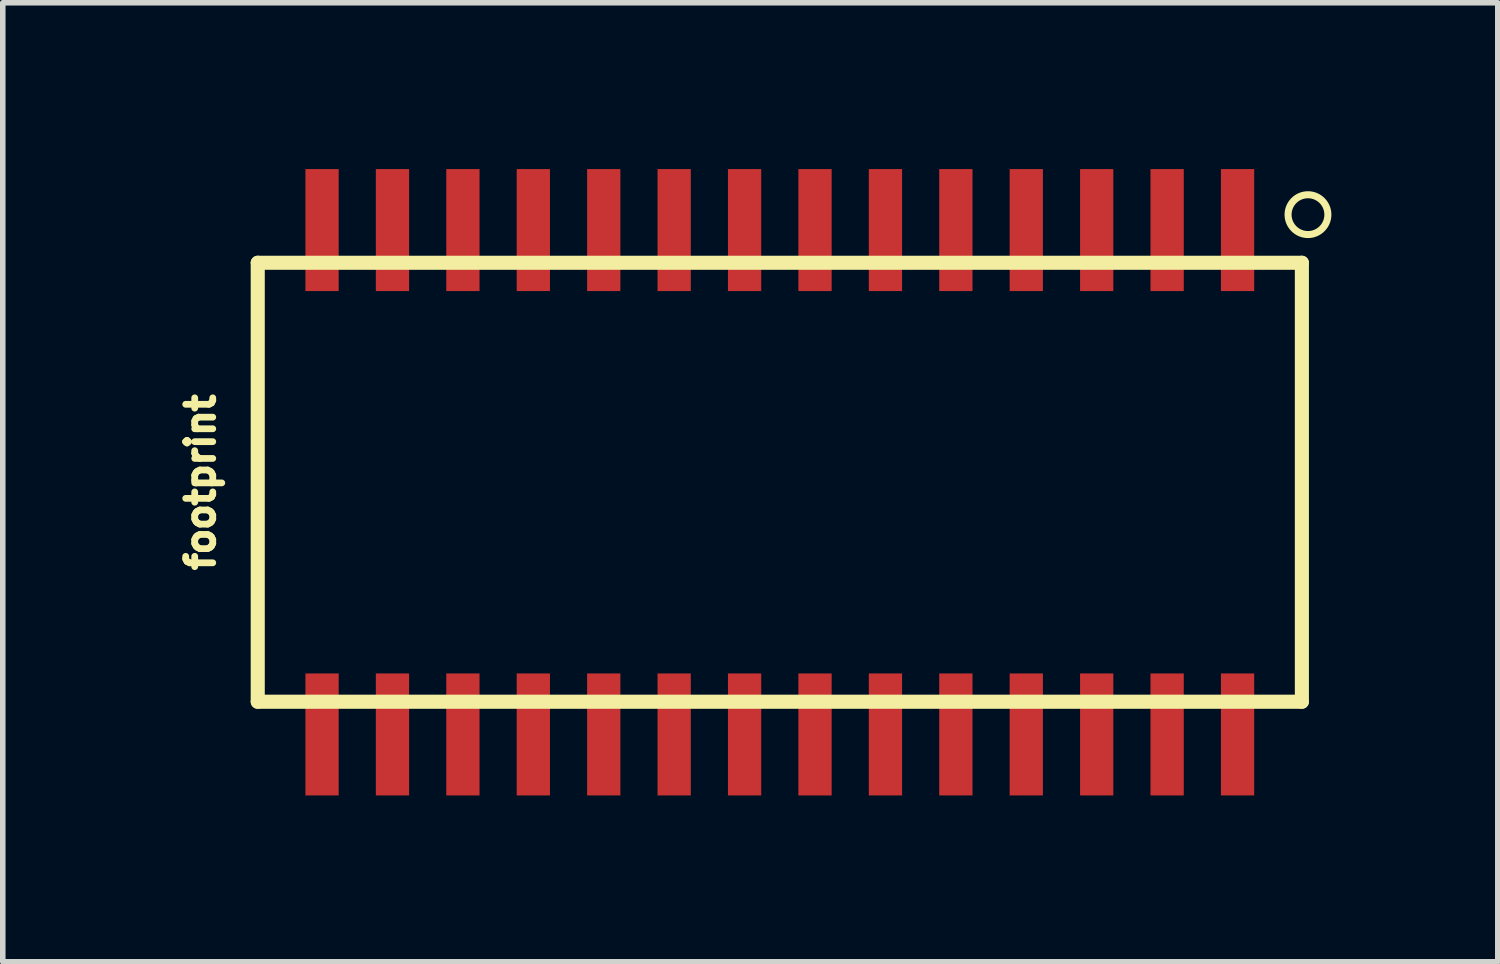
<source format=kicad_pcb>
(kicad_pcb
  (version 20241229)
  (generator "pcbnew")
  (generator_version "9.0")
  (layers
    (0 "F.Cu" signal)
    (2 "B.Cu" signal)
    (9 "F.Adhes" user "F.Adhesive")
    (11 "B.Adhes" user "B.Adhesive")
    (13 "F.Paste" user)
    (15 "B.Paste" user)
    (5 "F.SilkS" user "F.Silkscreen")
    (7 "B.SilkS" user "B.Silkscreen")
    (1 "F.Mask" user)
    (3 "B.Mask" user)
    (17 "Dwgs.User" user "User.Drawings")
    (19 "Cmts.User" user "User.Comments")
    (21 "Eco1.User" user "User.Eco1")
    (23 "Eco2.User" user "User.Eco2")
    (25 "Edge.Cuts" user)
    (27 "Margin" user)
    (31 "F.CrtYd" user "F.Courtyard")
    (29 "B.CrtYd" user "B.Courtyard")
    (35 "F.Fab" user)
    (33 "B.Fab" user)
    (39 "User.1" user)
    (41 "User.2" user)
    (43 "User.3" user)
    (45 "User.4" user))
  (footprint "footprint"
    (layer "F.Cu")
    (at 10.378 5.647)
    (property "Reference" "footprint" (at -9.525 0 90) (layer "F.SilkS") (effects (font (size 0.488 0.488) (thickness 0.122)) (justify bottom)))
    (fp_line (start -8.78 -3.958) (end 10.05 -3.958) (stroke (width 0.254) (type solid)) (layer "F.SilkS"))
    (fp_line (start -8.78 3.958) (end -8.78 -3.958) (stroke (width 0.254) (type solid)) (layer "F.SilkS"))
    (fp_line (start 10.05 -3.958) (end 10.05 3.958) (stroke (width 0.254) (type solid)) (layer "F.SilkS"))
    (fp_line (start 10.05 3.958) (end -8.78 3.958) (stroke (width 0.254) (type solid)) (layer "F.SilkS"))
    (fp_circle (center 10.16 -4.826) (end 10.519 -4.826) (stroke (width 0.127) (type solid)) (fill no) (layer "F.SilkS"))
    (pad "1" smd rect (at 8.89 -4.548) (size 0.6 2.2) (layers "F.Cu" "F.Mask" "F.Paste"))
    (pad "2" smd rect (at 7.62 -4.548) (size 0.6 2.2) (layers "F.Cu" "F.Mask" "F.Paste"))
    (pad "3" smd rect (at 6.35 -4.548) (size 0.6 2.2) (layers "F.Cu" "F.Mask" "F.Paste"))
    (pad "4" smd rect (at 5.08 -4.548) (size 0.6 2.2) (layers "F.Cu" "F.Mask" "F.Paste"))
    (pad "5" smd rect (at 3.81 -4.548) (size 0.6 2.2) (layers "F.Cu" "F.Mask" "F.Paste"))
    (pad "6" smd rect (at 2.54 -4.548) (size 0.6 2.2) (layers "F.Cu" "F.Mask" "F.Paste"))
    (pad "7" smd rect (at 1.27 -4.548) (size 0.6 2.2) (layers "F.Cu" "F.Mask" "F.Paste"))
    (pad "8" smd rect (at 0 -4.548) (size 0.6 2.2) (layers "F.Cu" "F.Mask" "F.Paste"))
    (pad "9" smd rect (at -1.27 -4.548) (size 0.6 2.2) (layers "F.Cu" "F.Mask" "F.Paste"))
    (pad "10" smd rect (at -2.54 -4.548) (size 0.6 2.2) (layers "F.Cu" "F.Mask" "F.Paste"))
    (pad "11" smd rect (at -3.81 -4.548) (size 0.6 2.2) (layers "F.Cu" "F.Mask" "F.Paste"))
    (pad "12" smd rect (at -5.08 -4.548) (size 0.6 2.2) (layers "F.Cu" "F.Mask" "F.Paste"))
    (pad "13" smd rect (at -6.35 -4.548) (size 0.6 2.2) (layers "F.Cu" "F.Mask" "F.Paste"))
    (pad "14" smd rect (at -7.62 -4.548) (size 0.6 2.2) (layers "F.Cu" "F.Mask" "F.Paste"))
    (pad "15" smd rect (at -7.62 4.548) (size 0.6 2.2) (layers "F.Cu" "F.Mask" "F.Paste"))
    (pad "16" smd rect (at -6.35 4.548) (size 0.6 2.2) (layers "F.Cu" "F.Mask" "F.Paste"))
    (pad "17" smd rect (at -5.08 4.548) (size 0.6 2.2) (layers "F.Cu" "F.Mask" "F.Paste"))
    (pad "18" smd rect (at -3.81 4.548) (size 0.6 2.2) (layers "F.Cu" "F.Mask" "F.Paste"))
    (pad "19" smd rect (at -2.54 4.548) (size 0.6 2.2) (layers "F.Cu" "F.Mask" "F.Paste"))
    (pad "20" smd rect (at -1.27 4.548) (size 0.6 2.2) (layers "F.Cu" "F.Mask" "F.Paste"))
    (pad "21" smd rect (at 0 4.548) (size 0.6 2.2) (layers "F.Cu" "F.Mask" "F.Paste"))
    (pad "22" smd rect (at 1.27 4.548) (size 0.6 2.2) (layers "F.Cu" "F.Mask" "F.Paste"))
    (pad "23" smd rect (at 2.54 4.548) (size 0.6 2.2) (layers "F.Cu" "F.Mask" "F.Paste"))
    (pad "24" smd rect (at 3.81 4.548) (size 0.6 2.2) (layers "F.Cu" "F.Mask" "F.Paste"))
    (pad "25" smd rect (at 5.08 4.548) (size 0.6 2.2) (layers "F.Cu" "F.Mask" "F.Paste"))
    (pad "26" smd rect (at 6.35 4.548) (size 0.6 2.2) (layers "F.Cu" "F.Mask" "F.Paste"))
    (pad "27" smd rect (at 7.62 4.548) (size 0.6 2.2) (layers "F.Cu" "F.Mask" "F.Paste"))
    (pad "28" smd rect (at 8.89 4.548) (size 0.6 2.2) (layers "F.Cu" "F.Mask" "F.Paste")))
  (gr_rect
    (start -3 -3)
    (end 23.961 14.295)
    (stroke (width 0.1) (type default))
    (fill no)
    (layer "Edge.Cuts")))
</source>
